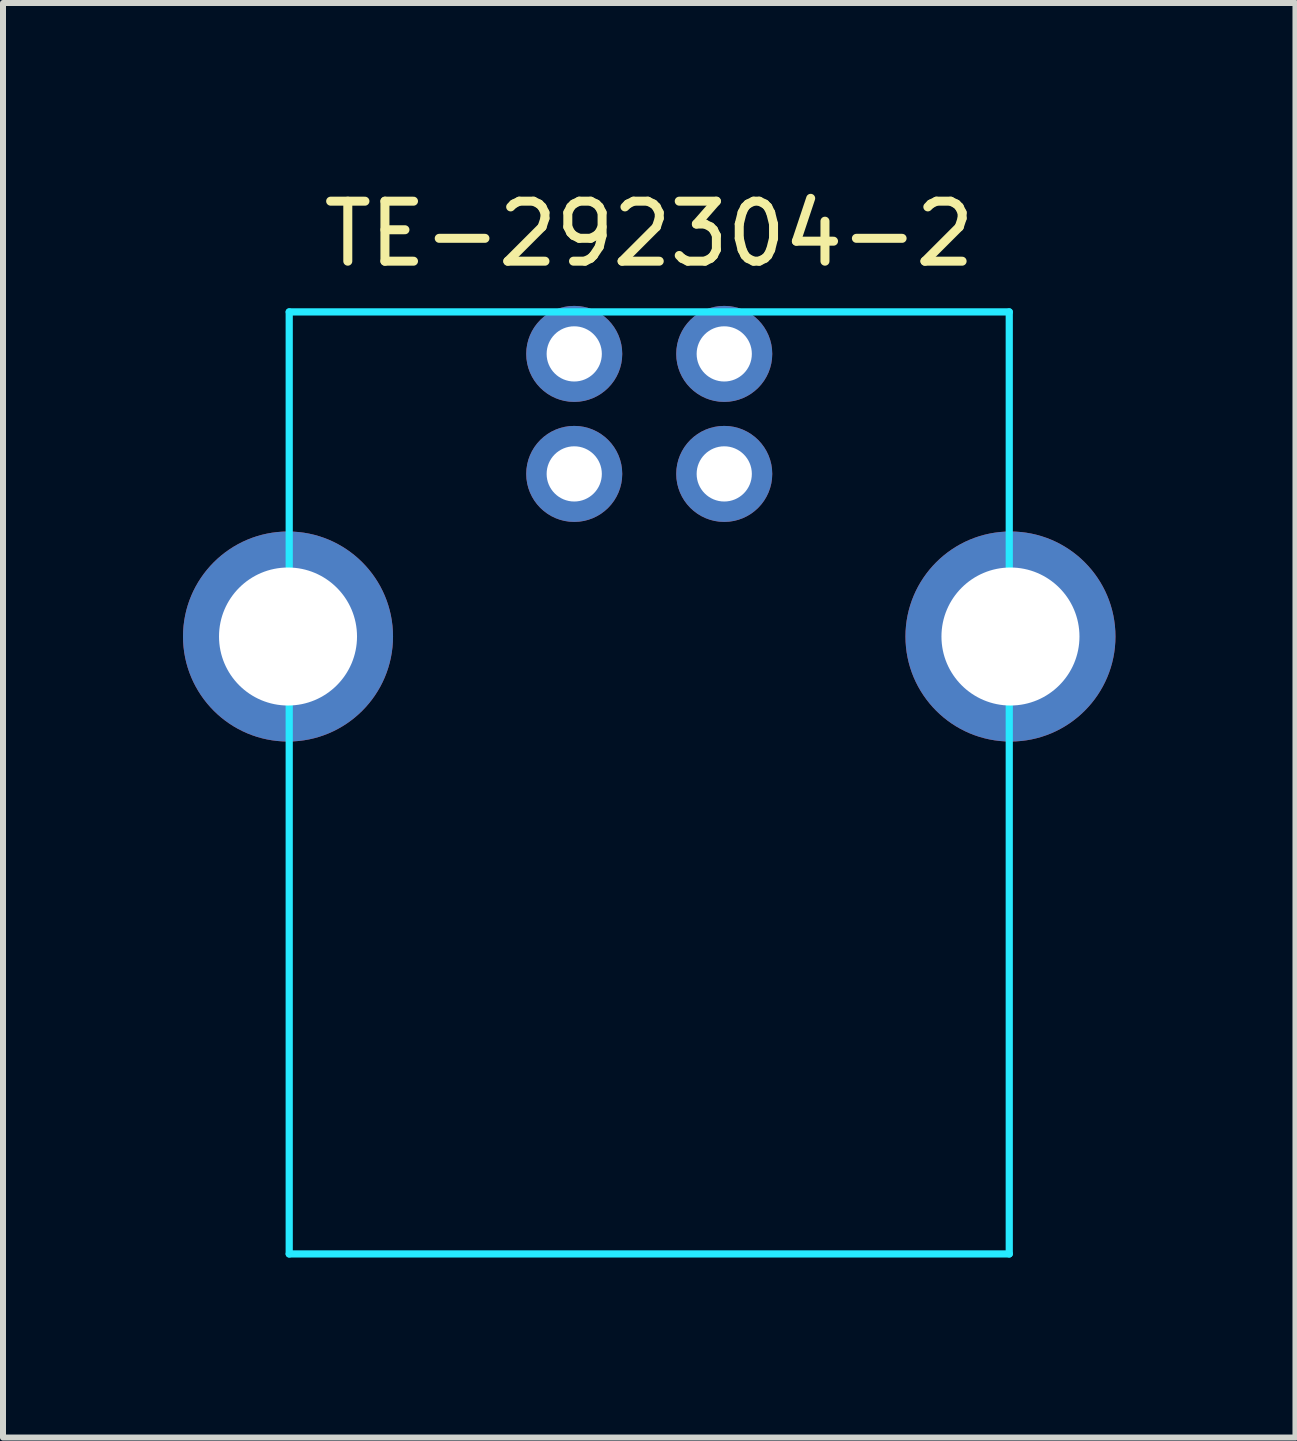
<source format=kicad_pcb>
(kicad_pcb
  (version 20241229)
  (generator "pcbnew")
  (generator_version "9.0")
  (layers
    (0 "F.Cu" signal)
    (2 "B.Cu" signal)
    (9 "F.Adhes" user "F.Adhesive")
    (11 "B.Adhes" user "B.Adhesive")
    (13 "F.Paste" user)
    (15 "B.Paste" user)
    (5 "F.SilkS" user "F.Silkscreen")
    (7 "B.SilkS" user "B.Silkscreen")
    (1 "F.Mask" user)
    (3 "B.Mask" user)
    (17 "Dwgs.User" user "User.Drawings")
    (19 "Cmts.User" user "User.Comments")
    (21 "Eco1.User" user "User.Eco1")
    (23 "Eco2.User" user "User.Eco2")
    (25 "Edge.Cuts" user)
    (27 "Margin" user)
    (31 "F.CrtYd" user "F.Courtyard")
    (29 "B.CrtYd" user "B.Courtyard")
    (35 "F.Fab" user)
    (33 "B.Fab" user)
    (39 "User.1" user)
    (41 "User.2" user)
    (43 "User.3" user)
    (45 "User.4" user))
  (footprint "TE-292304-2"
    (layer "F.Cu")
    (at 7.77 2.848)
    (property "Reference" "TE-292304-2" (at 0 -2 0) (layer "F.SilkS") (effects (font (size 1 1) (thickness 0.15))))
    (attr through_hole)
    (fp_line (start -6 -0.7) (end -6 15) (stroke (width 0.12) (type solid)) (layer "B.CrtYd"))
    (fp_line (start -6 15) (end 6 15) (stroke (width 0.12) (type solid)) (layer "B.CrtYd"))
    (fp_line (start 6 -0.7) (end -6 -0.7) (stroke (width 0.12) (type solid)) (layer "B.CrtYd"))
    (fp_line (start 6 15) (end 6 -0.7) (stroke (width 0.12) (type solid)) (layer "B.CrtYd"))
    (pad "1" thru_hole circle (at 1.25 0) (size 1.6 1.6) (drill 0.92) (layers "*.Cu" "B.Mask"))
    (pad "2" thru_hole circle (at -1.25 0) (size 1.6 1.6) (drill 0.92) (layers "*.Cu" "B.Mask"))
    (pad "3" thru_hole circle (at -1.25 2) (size 1.6 1.6) (drill 0.92) (layers "*.Cu" "B.Mask"))
    (pad "4" thru_hole circle (at 1.25 2) (size 1.6 1.6) (drill 0.92) (layers "*.Cu" "B.Mask"))
    (pad "5" thru_hole circle (at -6.02 4.71) (size 3.5 3.5) (drill 2.3) (layers "*.Cu" "*.Mask"))
    (pad "5" thru_hole circle (at 6.02 4.71) (size 3.5 3.5) (drill 2.3) (layers "*.Cu" "*.Mask")))
  (gr_rect
    (start -3 -3)
    (end 18.54 20.908)
    (stroke (width 0.1) (type default))
    (fill no)
    (layer "Edge.Cuts")))
</source>
